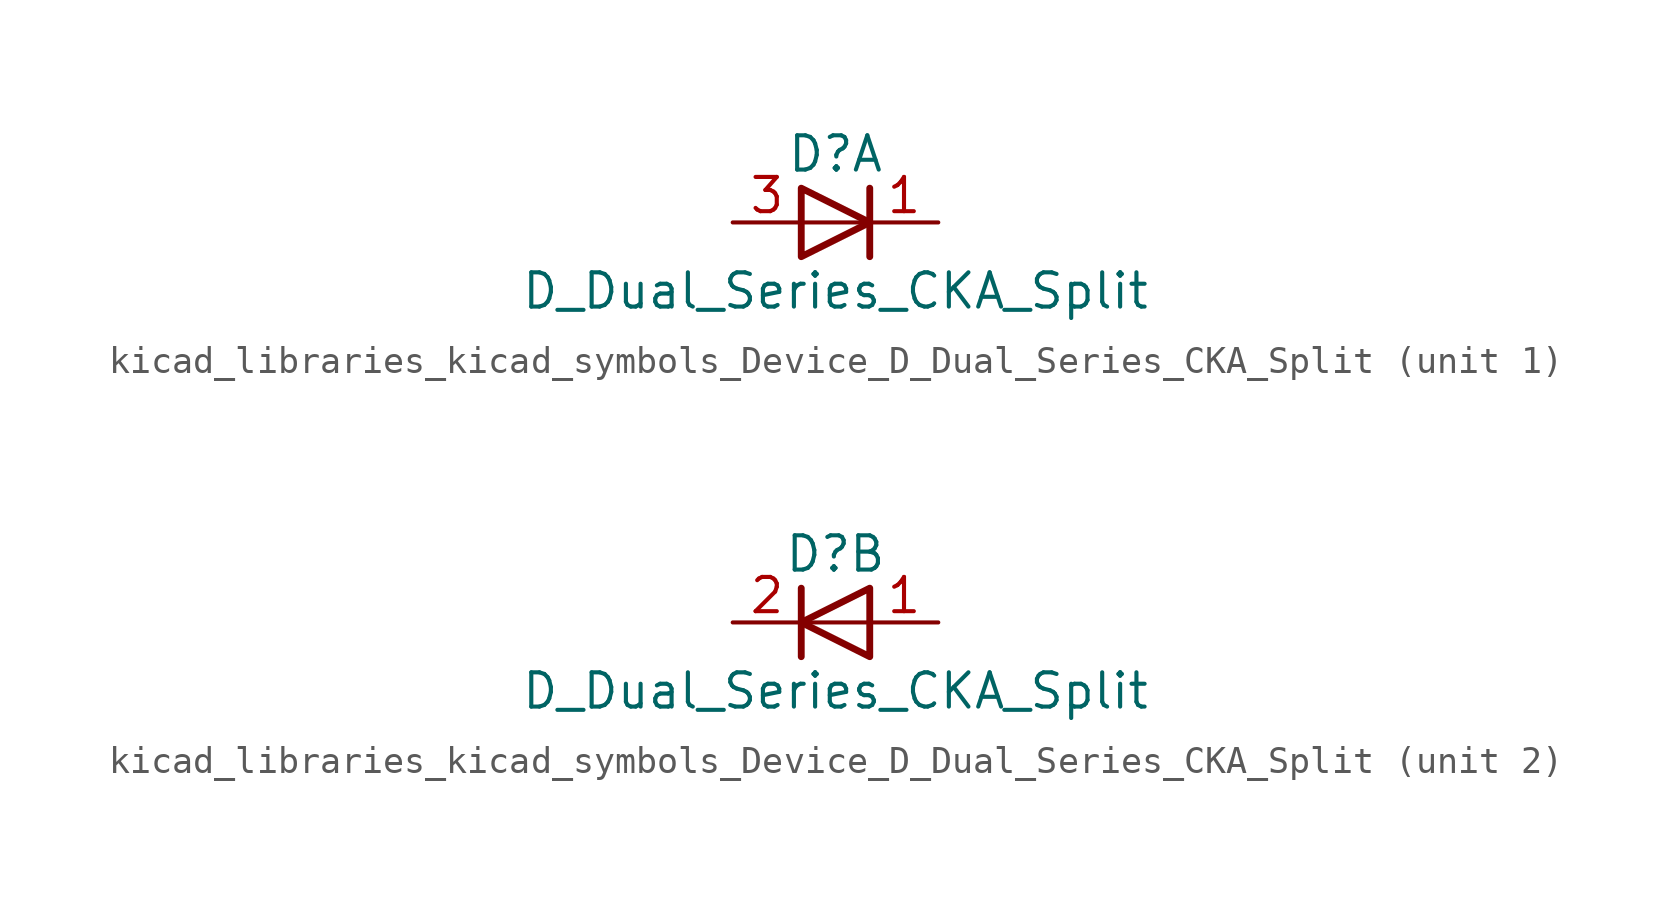
<source format=kicad_sym>
(kicad_symbol_lib
  (version 20220914)
  (generator kicad_symbol_editor)
  (symbol "kicad_libraries_kicad_symbols_Device_D_Dual_Series_CKA_Split"
    (pin_names
      (offset 0.762) hide)
    (property "Reference" "D"
      (at 0 2.54 0)
      (effects (font (size 1.27 1.27))))
    (property "Value" "D_Dual_Series_CKA_Split"
      (at 0 -2.54 0)
      (effects (font (size 1.27 1.27))))
    (property "ki_locked" ""
      (at 0 0 0)
      (effects (font (size 1.27 1.27))))
    (symbol "kicad_libraries_kicad_symbols_Device_D_Dual_Series_CKA_Split_0_1"
      (pin passive line (at 3.81 0 180) (length 2.54) (name "K" (effects (font (size 1.27 1.27)))) (number "1" (effects (font (size 1.27 1.27))))))
    (symbol "kicad_libraries_kicad_symbols_Device_D_Dual_Series_CKA_Split_1_0"
      (polyline (pts (xy 1.27 1.27) (xy 1.27 -1.27)) (stroke (width 0.254) (type default)) (fill (type none))))
    (symbol "kicad_libraries_kicad_symbols_Device_D_Dual_Series_CKA_Split_1_1"
      (polyline (pts (xy 1.27 0) (xy -1.27 0)) (stroke (width 0) (type default)) (fill (type none)))
      (polyline (pts (xy -1.27 1.27) (xy 1.27 0) (xy -1.27 -1.27) (xy -1.27 1.27) (xy -1.27 1.27) (xy -1.27 1.27)) (stroke (width 0.254) (type default)) (fill (type none)))
      (pin passive line (at -3.81 0 0) (length 2.54) (name "A" (effects (font (size 1.27 1.27)))) (number "3" (effects (font (size 1.27 1.27))))))
    (symbol "kicad_libraries_kicad_symbols_Device_D_Dual_Series_CKA_Split_2_0"
      (polyline (pts (xy -1.27 1.27) (xy -1.27 -1.27)) (stroke (width 0.254) (type default)) (fill (type none))))
    (symbol "kicad_libraries_kicad_symbols_Device_D_Dual_Series_CKA_Split_2_1"
      (polyline (pts (xy -1.27 0) (xy 1.27 0)) (stroke (width 0) (type default)) (fill (type none)))
      (polyline (pts (xy 1.27 1.27) (xy -1.27 0) (xy 1.27 -1.27) (xy 1.27 1.27) (xy 1.27 1.27) (xy 1.27 1.27)) (stroke (width 0.254) (type default)) (fill (type none)))
      (pin passive line (at -3.81 0 0) (length 2.54) (name "K" (effects (font (size 1.27 1.27)))) (number "2" (effects (font (size 1.27 1.27))))))))
</source>
